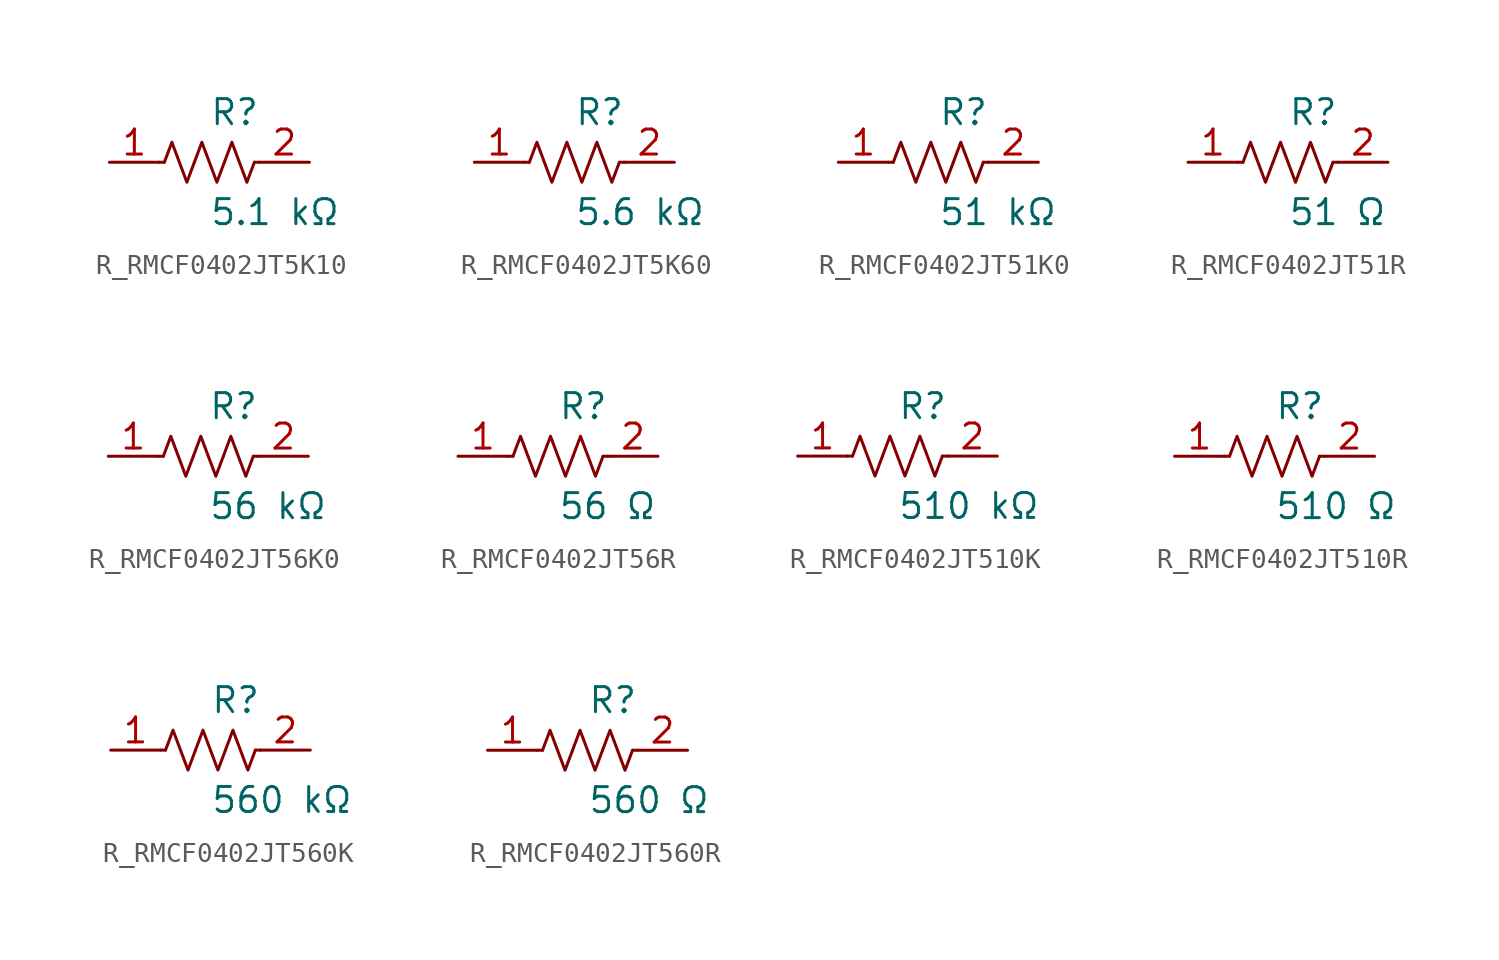
<source format=kicad_sym>
(kicad_symbol_lib
  (version 20231120)
  (generator kicad_symbol_editor)
  (generator_version 8.0)
  (symbol "R_RMCF0402JT5K10"
    (pin_names
      (offset 0.254))
    (property "Reference" "R"
      (at 0 2.54 0)
      (effects (font (size 1.27 1.27)) (justify left)))
    (property "Value" "5.1 kΩ"
      (at 0 -2.54 0)
      (effects (font (size 1.27 1.27)) (justify left)))
    (symbol "R_RMCF0402JT5K10_0_1"
      (polyline (pts (xy 2.286 0) (xy 2.54 0)) (stroke (width 0) (type default)) (fill (type none)))
      (polyline (pts (xy -2.286 0) (xy -2.54 0)) (stroke (width 0) (type default)) (fill (type none)))
      (polyline (pts (xy 0.762 0) (xy 1.143 1.016) (xy 1.524 0) (xy 1.905 -1.016) (xy 2.286 0)) (stroke (width 0) (type default)) (fill (type none)))
      (polyline (pts (xy -0.762 0) (xy -0.381 1.016) (xy 0 0) (xy 0.381 -1.016) (xy 0.762 0)) (stroke (width 0) (type default)) (fill (type none)))
      (polyline (pts (xy -2.286 0) (xy -1.905 1.016) (xy -1.524 0) (xy -1.143 -1.016) (xy -0.762 0)) (stroke (width 0) (type default)) (fill (type none))))
    (pin unspecified line
      (at -5.08 0 0)
      (length 2.54)
      (name "" (effects (font (size 1.27 1.27))))
      (number "1" (effects (font (size 1.27 1.27)))))
    (pin unspecified line
      (at 5.08 0 180)
      (length 2.54)
      (name "" (effects (font (size 1.27 1.27))))
      (number "2" (effects (font (size 1.27 1.27))))))
  (symbol "R_RMCF0402JT5K60"
    (pin_names
      (offset 0.254))
    (property "Reference" "R"
      (at 0 2.54 0)
      (effects (font (size 1.27 1.27)) (justify left)))
    (property "Value" "5.6 kΩ"
      (at 0 -2.54 0)
      (effects (font (size 1.27 1.27)) (justify left)))
    (symbol "R_RMCF0402JT5K60_0_1"
      (polyline (pts (xy 2.286 0) (xy 2.54 0)) (stroke (width 0) (type default)) (fill (type none)))
      (polyline (pts (xy -2.286 0) (xy -2.54 0)) (stroke (width 0) (type default)) (fill (type none)))
      (polyline (pts (xy 0.762 0) (xy 1.143 1.016) (xy 1.524 0) (xy 1.905 -1.016) (xy 2.286 0)) (stroke (width 0) (type default)) (fill (type none)))
      (polyline (pts (xy -0.762 0) (xy -0.381 1.016) (xy 0 0) (xy 0.381 -1.016) (xy 0.762 0)) (stroke (width 0) (type default)) (fill (type none)))
      (polyline (pts (xy -2.286 0) (xy -1.905 1.016) (xy -1.524 0) (xy -1.143 -1.016) (xy -0.762 0)) (stroke (width 0) (type default)) (fill (type none))))
    (pin unspecified line
      (at -5.08 0 0)
      (length 2.54)
      (name "" (effects (font (size 1.27 1.27))))
      (number "1" (effects (font (size 1.27 1.27)))))
    (pin unspecified line
      (at 5.08 0 180)
      (length 2.54)
      (name "" (effects (font (size 1.27 1.27))))
      (number "2" (effects (font (size 1.27 1.27))))))
  (symbol "R_RMCF0402JT51K0"
    (pin_names
      (offset 0.254))
    (property "Reference" "R"
      (at 0 2.54 0)
      (effects (font (size 1.27 1.27)) (justify left)))
    (property "Value" "51 kΩ"
      (at 0 -2.54 0)
      (effects (font (size 1.27 1.27)) (justify left)))
    (symbol "R_RMCF0402JT51K0_0_1"
      (polyline (pts (xy 2.286 0) (xy 2.54 0)) (stroke (width 0) (type default)) (fill (type none)))
      (polyline (pts (xy -2.286 0) (xy -2.54 0)) (stroke (width 0) (type default)) (fill (type none)))
      (polyline (pts (xy 0.762 0) (xy 1.143 1.016) (xy 1.524 0) (xy 1.905 -1.016) (xy 2.286 0)) (stroke (width 0) (type default)) (fill (type none)))
      (polyline (pts (xy -0.762 0) (xy -0.381 1.016) (xy 0 0) (xy 0.381 -1.016) (xy 0.762 0)) (stroke (width 0) (type default)) (fill (type none)))
      (polyline (pts (xy -2.286 0) (xy -1.905 1.016) (xy -1.524 0) (xy -1.143 -1.016) (xy -0.762 0)) (stroke (width 0) (type default)) (fill (type none))))
    (pin unspecified line
      (at -5.08 0 0)
      (length 2.54)
      (name "" (effects (font (size 1.27 1.27))))
      (number "1" (effects (font (size 1.27 1.27)))))
    (pin unspecified line
      (at 5.08 0 180)
      (length 2.54)
      (name "" (effects (font (size 1.27 1.27))))
      (number "2" (effects (font (size 1.27 1.27))))))
  (symbol "R_RMCF0402JT51R"
    (pin_names
      (offset 0.254))
    (property "Reference" "R"
      (at 0 2.54 0)
      (effects (font (size 1.27 1.27)) (justify left)))
    (property "Value" "51 Ω"
      (at 0 -2.54 0)
      (effects (font (size 1.27 1.27)) (justify left)))
    (symbol "R_RMCF0402JT51R_0_1"
      (polyline (pts (xy 2.286 0) (xy 2.54 0)) (stroke (width 0) (type default)) (fill (type none)))
      (polyline (pts (xy -2.286 0) (xy -2.54 0)) (stroke (width 0) (type default)) (fill (type none)))
      (polyline (pts (xy 0.762 0) (xy 1.143 1.016) (xy 1.524 0) (xy 1.905 -1.016) (xy 2.286 0)) (stroke (width 0) (type default)) (fill (type none)))
      (polyline (pts (xy -0.762 0) (xy -0.381 1.016) (xy 0 0) (xy 0.381 -1.016) (xy 0.762 0)) (stroke (width 0) (type default)) (fill (type none)))
      (polyline (pts (xy -2.286 0) (xy -1.905 1.016) (xy -1.524 0) (xy -1.143 -1.016) (xy -0.762 0)) (stroke (width 0) (type default)) (fill (type none))))
    (pin unspecified line
      (at -5.08 0 0)
      (length 2.54)
      (name "" (effects (font (size 1.27 1.27))))
      (number "1" (effects (font (size 1.27 1.27)))))
    (pin unspecified line
      (at 5.08 0 180)
      (length 2.54)
      (name "" (effects (font (size 1.27 1.27))))
      (number "2" (effects (font (size 1.27 1.27))))))
  (symbol "R_RMCF0402JT56K0"
    (pin_names
      (offset 0.254))
    (property "Reference" "R"
      (at 0 2.54 0)
      (effects (font (size 1.27 1.27)) (justify left)))
    (property "Value" "56 kΩ"
      (at 0 -2.54 0)
      (effects (font (size 1.27 1.27)) (justify left)))
    (symbol "R_RMCF0402JT56K0_0_1"
      (polyline (pts (xy 2.286 0) (xy 2.54 0)) (stroke (width 0) (type default)) (fill (type none)))
      (polyline (pts (xy -2.286 0) (xy -2.54 0)) (stroke (width 0) (type default)) (fill (type none)))
      (polyline (pts (xy 0.762 0) (xy 1.143 1.016) (xy 1.524 0) (xy 1.905 -1.016) (xy 2.286 0)) (stroke (width 0) (type default)) (fill (type none)))
      (polyline (pts (xy -0.762 0) (xy -0.381 1.016) (xy 0 0) (xy 0.381 -1.016) (xy 0.762 0)) (stroke (width 0) (type default)) (fill (type none)))
      (polyline (pts (xy -2.286 0) (xy -1.905 1.016) (xy -1.524 0) (xy -1.143 -1.016) (xy -0.762 0)) (stroke (width 0) (type default)) (fill (type none))))
    (pin unspecified line
      (at -5.08 0 0)
      (length 2.54)
      (name "" (effects (font (size 1.27 1.27))))
      (number "1" (effects (font (size 1.27 1.27)))))
    (pin unspecified line
      (at 5.08 0 180)
      (length 2.54)
      (name "" (effects (font (size 1.27 1.27))))
      (number "2" (effects (font (size 1.27 1.27))))))
  (symbol "R_RMCF0402JT56R"
    (pin_names
      (offset 0.254))
    (property "Reference" "R"
      (at 0 2.54 0)
      (effects (font (size 1.27 1.27)) (justify left)))
    (property "Value" "56 Ω"
      (at 0 -2.54 0)
      (effects (font (size 1.27 1.27)) (justify left)))
    (symbol "R_RMCF0402JT56R_0_1"
      (polyline (pts (xy 2.286 0) (xy 2.54 0)) (stroke (width 0) (type default)) (fill (type none)))
      (polyline (pts (xy -2.286 0) (xy -2.54 0)) (stroke (width 0) (type default)) (fill (type none)))
      (polyline (pts (xy 0.762 0) (xy 1.143 1.016) (xy 1.524 0) (xy 1.905 -1.016) (xy 2.286 0)) (stroke (width 0) (type default)) (fill (type none)))
      (polyline (pts (xy -0.762 0) (xy -0.381 1.016) (xy 0 0) (xy 0.381 -1.016) (xy 0.762 0)) (stroke (width 0) (type default)) (fill (type none)))
      (polyline (pts (xy -2.286 0) (xy -1.905 1.016) (xy -1.524 0) (xy -1.143 -1.016) (xy -0.762 0)) (stroke (width 0) (type default)) (fill (type none))))
    (pin unspecified line
      (at -5.08 0 0)
      (length 2.54)
      (name "" (effects (font (size 1.27 1.27))))
      (number "1" (effects (font (size 1.27 1.27)))))
    (pin unspecified line
      (at 5.08 0 180)
      (length 2.54)
      (name "" (effects (font (size 1.27 1.27))))
      (number "2" (effects (font (size 1.27 1.27))))))
  (symbol "R_RMCF0402JT510K"
    (pin_names
      (offset 0.254))
    (property "Reference" "R"
      (at 0 2.54 0)
      (effects (font (size 1.27 1.27)) (justify left)))
    (property "Value" "510 kΩ"
      (at 0 -2.54 0)
      (effects (font (size 1.27 1.27)) (justify left)))
    (symbol "R_RMCF0402JT510K_0_1"
      (polyline (pts (xy 2.286 0) (xy 2.54 0)) (stroke (width 0) (type default)) (fill (type none)))
      (polyline (pts (xy -2.286 0) (xy -2.54 0)) (stroke (width 0) (type default)) (fill (type none)))
      (polyline (pts (xy 0.762 0) (xy 1.143 1.016) (xy 1.524 0) (xy 1.905 -1.016) (xy 2.286 0)) (stroke (width 0) (type default)) (fill (type none)))
      (polyline (pts (xy -0.762 0) (xy -0.381 1.016) (xy 0 0) (xy 0.381 -1.016) (xy 0.762 0)) (stroke (width 0) (type default)) (fill (type none)))
      (polyline (pts (xy -2.286 0) (xy -1.905 1.016) (xy -1.524 0) (xy -1.143 -1.016) (xy -0.762 0)) (stroke (width 0) (type default)) (fill (type none))))
    (pin unspecified line
      (at -5.08 0 0)
      (length 2.54)
      (name "" (effects (font (size 1.27 1.27))))
      (number "1" (effects (font (size 1.27 1.27)))))
    (pin unspecified line
      (at 5.08 0 180)
      (length 2.54)
      (name "" (effects (font (size 1.27 1.27))))
      (number "2" (effects (font (size 1.27 1.27))))))
  (symbol "R_RMCF0402JT510R"
    (pin_names
      (offset 0.254))
    (property "Reference" "R"
      (at 0 2.54 0)
      (effects (font (size 1.27 1.27)) (justify left)))
    (property "Value" "510 Ω"
      (at 0 -2.54 0)
      (effects (font (size 1.27 1.27)) (justify left)))
    (symbol "R_RMCF0402JT510R_0_1"
      (polyline (pts (xy 2.286 0) (xy 2.54 0)) (stroke (width 0) (type default)) (fill (type none)))
      (polyline (pts (xy -2.286 0) (xy -2.54 0)) (stroke (width 0) (type default)) (fill (type none)))
      (polyline (pts (xy 0.762 0) (xy 1.143 1.016) (xy 1.524 0) (xy 1.905 -1.016) (xy 2.286 0)) (stroke (width 0) (type default)) (fill (type none)))
      (polyline (pts (xy -0.762 0) (xy -0.381 1.016) (xy 0 0) (xy 0.381 -1.016) (xy 0.762 0)) (stroke (width 0) (type default)) (fill (type none)))
      (polyline (pts (xy -2.286 0) (xy -1.905 1.016) (xy -1.524 0) (xy -1.143 -1.016) (xy -0.762 0)) (stroke (width 0) (type default)) (fill (type none))))
    (pin unspecified line
      (at -5.08 0 0)
      (length 2.54)
      (name "" (effects (font (size 1.27 1.27))))
      (number "1" (effects (font (size 1.27 1.27)))))
    (pin unspecified line
      (at 5.08 0 180)
      (length 2.54)
      (name "" (effects (font (size 1.27 1.27))))
      (number "2" (effects (font (size 1.27 1.27))))))
  (symbol "R_RMCF0402JT560K"
    (pin_names
      (offset 0.254))
    (property "Reference" "R"
      (at 0 2.54 0)
      (effects (font (size 1.27 1.27)) (justify left)))
    (property "Value" "560 kΩ"
      (at 0 -2.54 0)
      (effects (font (size 1.27 1.27)) (justify left)))
    (symbol "R_RMCF0402JT560K_0_1"
      (polyline (pts (xy 2.286 0) (xy 2.54 0)) (stroke (width 0) (type default)) (fill (type none)))
      (polyline (pts (xy -2.286 0) (xy -2.54 0)) (stroke (width 0) (type default)) (fill (type none)))
      (polyline (pts (xy 0.762 0) (xy 1.143 1.016) (xy 1.524 0) (xy 1.905 -1.016) (xy 2.286 0)) (stroke (width 0) (type default)) (fill (type none)))
      (polyline (pts (xy -0.762 0) (xy -0.381 1.016) (xy 0 0) (xy 0.381 -1.016) (xy 0.762 0)) (stroke (width 0) (type default)) (fill (type none)))
      (polyline (pts (xy -2.286 0) (xy -1.905 1.016) (xy -1.524 0) (xy -1.143 -1.016) (xy -0.762 0)) (stroke (width 0) (type default)) (fill (type none))))
    (pin unspecified line
      (at -5.08 0 0)
      (length 2.54)
      (name "" (effects (font (size 1.27 1.27))))
      (number "1" (effects (font (size 1.27 1.27)))))
    (pin unspecified line
      (at 5.08 0 180)
      (length 2.54)
      (name "" (effects (font (size 1.27 1.27))))
      (number "2" (effects (font (size 1.27 1.27))))))
  (symbol "R_RMCF0402JT560R"
    (pin_names
      (offset 0.254))
    (property "Reference" "R"
      (at 0 2.54 0)
      (effects (font (size 1.27 1.27)) (justify left)))
    (property "Value" "560 Ω"
      (at 0 -2.54 0)
      (effects (font (size 1.27 1.27)) (justify left)))
    (symbol "R_RMCF0402JT560R_0_1"
      (polyline (pts (xy 2.286 0) (xy 2.54 0)) (stroke (width 0) (type default)) (fill (type none)))
      (polyline (pts (xy -2.286 0) (xy -2.54 0)) (stroke (width 0) (type default)) (fill (type none)))
      (polyline (pts (xy 0.762 0) (xy 1.143 1.016) (xy 1.524 0) (xy 1.905 -1.016) (xy 2.286 0)) (stroke (width 0) (type default)) (fill (type none)))
      (polyline (pts (xy -0.762 0) (xy -0.381 1.016) (xy 0 0) (xy 0.381 -1.016) (xy 0.762 0)) (stroke (width 0) (type default)) (fill (type none)))
      (polyline (pts (xy -2.286 0) (xy -1.905 1.016) (xy -1.524 0) (xy -1.143 -1.016) (xy -0.762 0)) (stroke (width 0) (type default)) (fill (type none))))
    (pin unspecified line
      (at -5.08 0 0)
      (length 2.54)
      (name "" (effects (font (size 1.27 1.27))))
      (number "1" (effects (font (size 1.27 1.27)))))
    (pin unspecified line
      (at 5.08 0 180)
      (length 2.54)
      (name "" (effects (font (size 1.27 1.27))))
      (number "2" (effects (font (size 1.27 1.27)))))))
</source>
